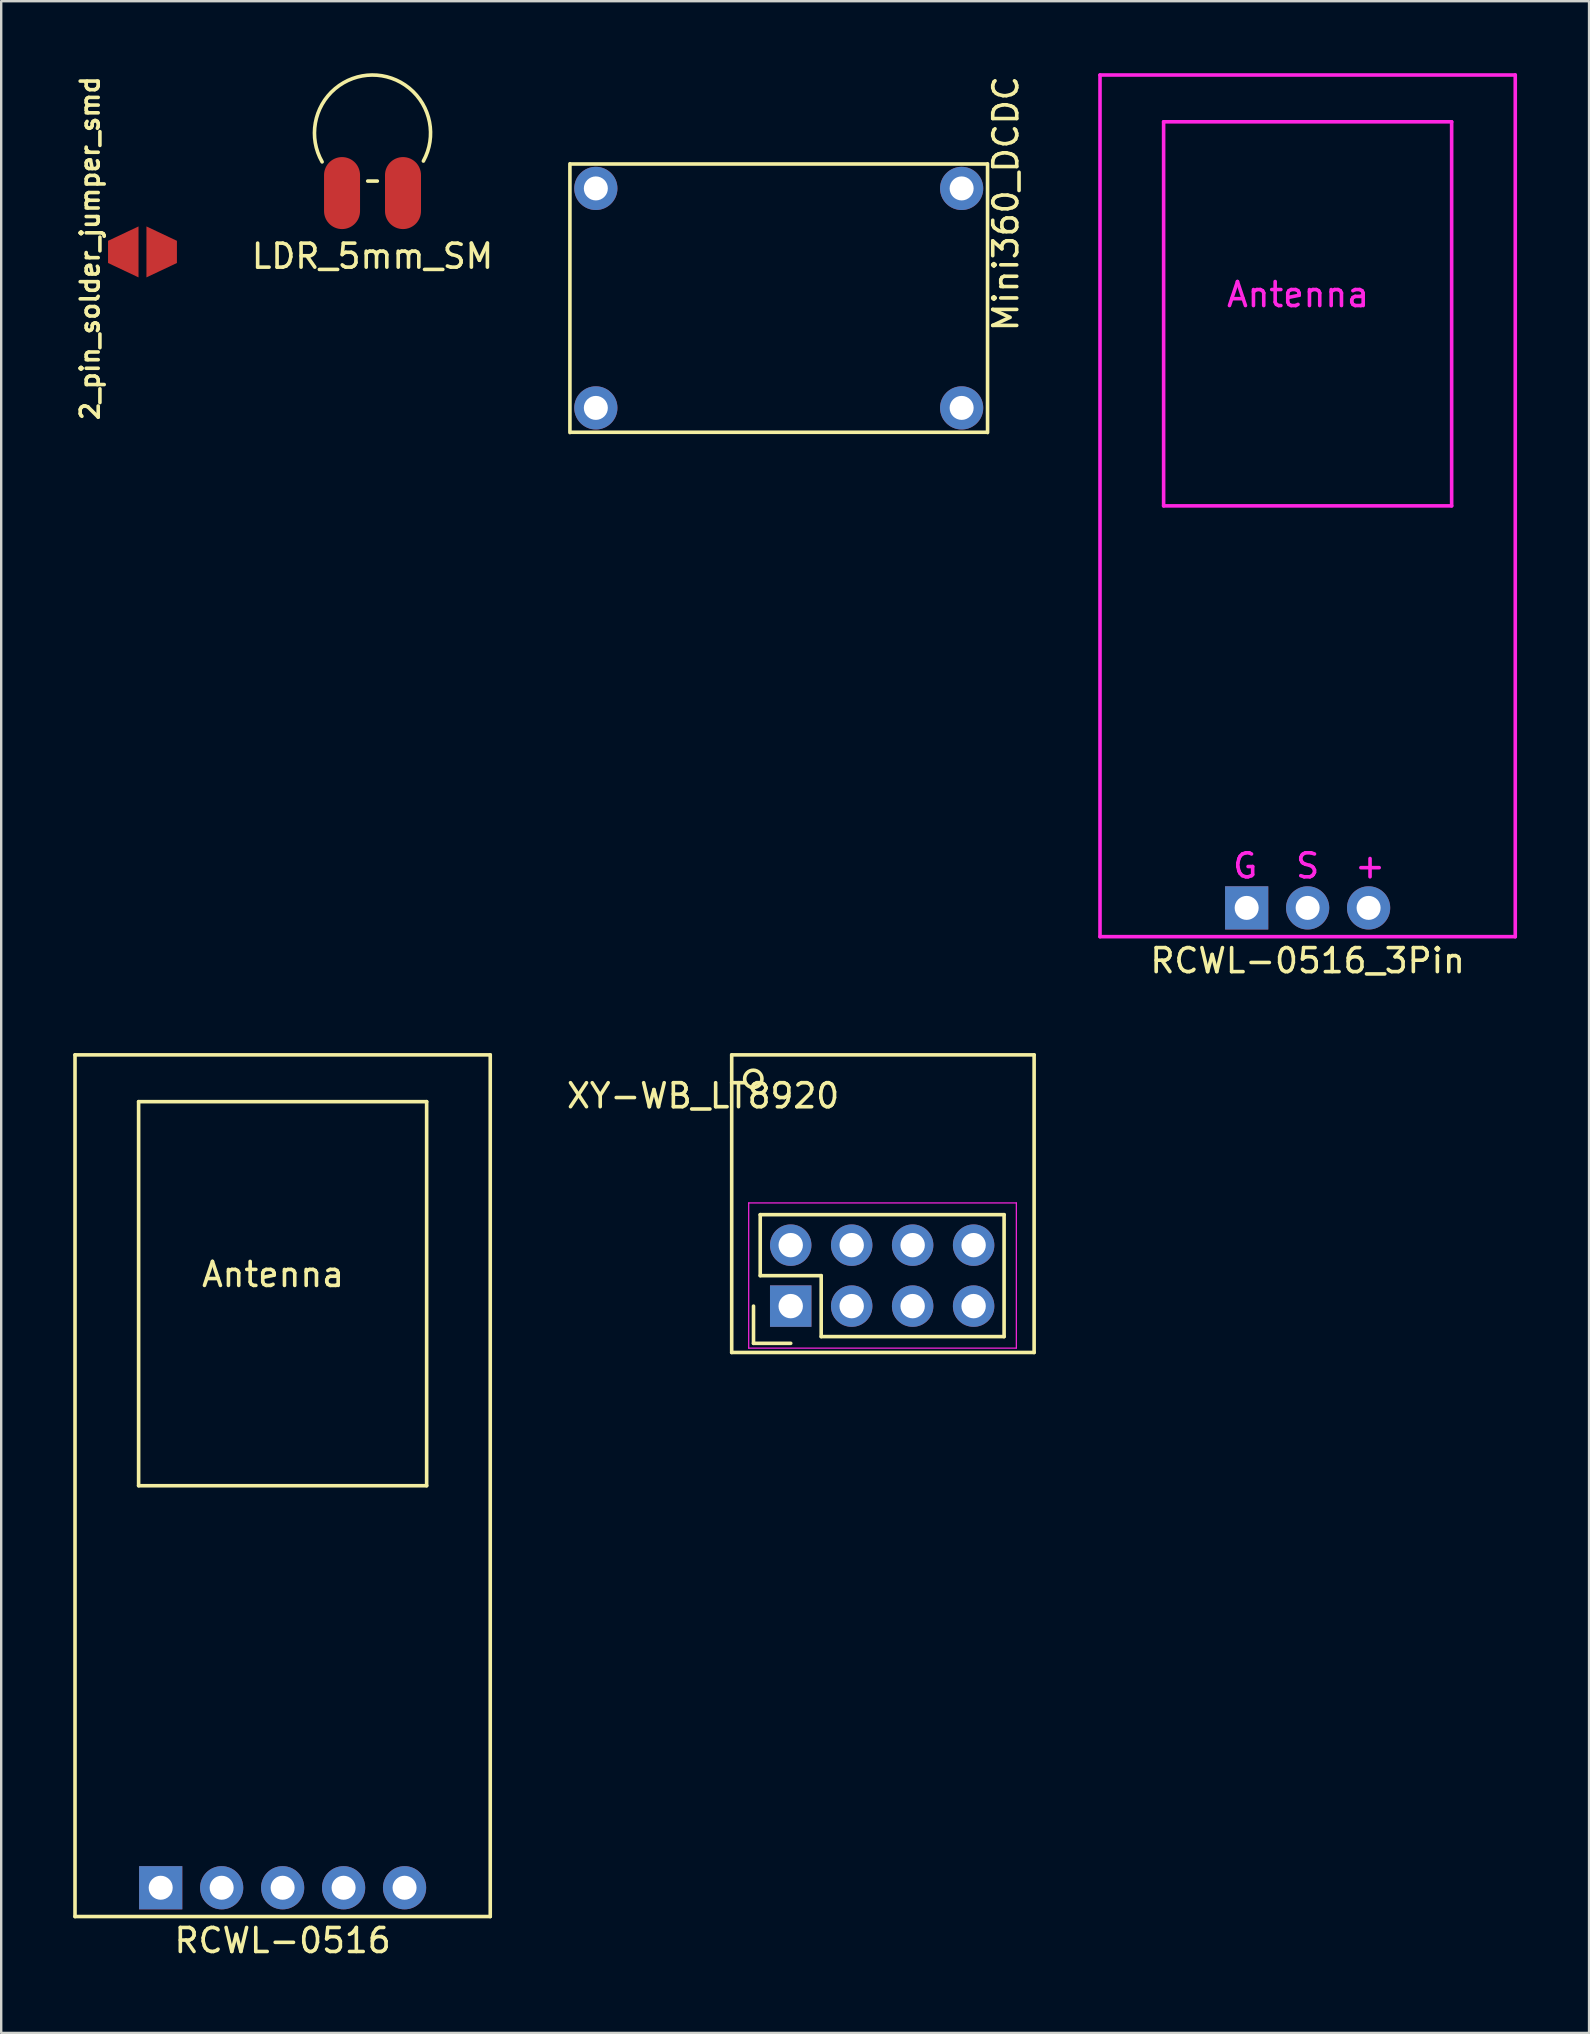
<source format=kicad_pcb>
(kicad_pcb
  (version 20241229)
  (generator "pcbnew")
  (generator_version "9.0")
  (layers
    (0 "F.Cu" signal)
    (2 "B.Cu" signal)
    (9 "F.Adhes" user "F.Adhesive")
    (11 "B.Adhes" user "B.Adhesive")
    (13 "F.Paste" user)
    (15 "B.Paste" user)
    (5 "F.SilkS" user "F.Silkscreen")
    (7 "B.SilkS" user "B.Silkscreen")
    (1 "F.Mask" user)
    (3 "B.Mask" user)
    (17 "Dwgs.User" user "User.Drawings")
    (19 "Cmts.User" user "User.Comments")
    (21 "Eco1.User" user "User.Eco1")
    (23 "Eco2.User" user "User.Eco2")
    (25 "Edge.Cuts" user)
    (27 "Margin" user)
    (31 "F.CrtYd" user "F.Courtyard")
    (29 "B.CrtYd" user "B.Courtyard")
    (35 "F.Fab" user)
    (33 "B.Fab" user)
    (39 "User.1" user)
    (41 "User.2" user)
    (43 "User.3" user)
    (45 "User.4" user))
  (footprint "XY-WB_LT8920"
    (layer "F.Cu")
    (at 33.734 51.298)
    (property "Reference" "XY-WB_LT8920" (at -7.492 -8.695 0) (layer "F.SilkS") (effects (font (size 1 1) (thickness 0.15))))
    (attr through_hole)
    (fp_line (start -6.3 -10.4) (end 6.3 -10.4) (stroke (width 0.15) (type solid)) (layer "F.SilkS"))
    (fp_line (start -6.3 2) (end -6.3 -10.4) (stroke (width 0.15) (type solid)) (layer "F.SilkS"))
    (fp_line (start -5.391 0.068) (end -5.391 1.618) (stroke (width 0.15) (type solid)) (layer "F.SilkS"))
    (fp_line (start -5.391 1.618) (end -3.841 1.618) (stroke (width 0.15) (type solid)) (layer "F.SilkS"))
    (fp_line (start -5.111 -3.742) (end -5.111 -1.202) (stroke (width 0.15) (type solid)) (layer "F.SilkS"))
    (fp_line (start -5.111 -1.202) (end -2.571 -1.202) (stroke (width 0.15) (type solid)) (layer "F.SilkS"))
    (fp_line (start -2.571 -1.202) (end -2.571 1.338) (stroke (width 0.15) (type solid)) (layer "F.SilkS"))
    (fp_line (start -2.571 1.338) (end 5.049 1.338) (stroke (width 0.15) (type solid)) (layer "F.SilkS"))
    (fp_line (start 5.049 -3.742) (end -5.111 -3.742) (stroke (width 0.15) (type solid)) (layer "F.SilkS"))
    (fp_line (start 5.049 1.338) (end 5.049 -3.742) (stroke (width 0.15) (type solid)) (layer "F.SilkS"))
    (fp_line (start 6.3 2) (end -6.3 2) (stroke (width 0.15) (type solid)) (layer "F.SilkS"))
    (fp_line (start 6.3 2) (end 6.3 -10.4) (stroke (width 0.15) (type solid)) (layer "F.SilkS"))
    (fp_circle (center -5.4 -9.4) (end -5.1 -9.2) (stroke (width 0.15) (type solid)) (fill no) (layer "F.SilkS"))
    (fp_line (start -5.591 -4.232) (end 5.559 -4.232) (stroke (width 0.05) (type solid)) (layer "F.CrtYd"))
    (fp_line (start -5.591 1.818) (end -5.591 -4.232) (stroke (width 0.05) (type solid)) (layer "F.CrtYd"))
    (fp_line (start -5.591 1.818) (end 5.559 1.818) (stroke (width 0.05) (type solid)) (layer "F.CrtYd"))
    (fp_line (start 5.559 1.818) (end 5.559 -4.232) (stroke (width 0.05) (type solid)) (layer "F.CrtYd"))
    (pad "1" thru_hole rect (at -3.841 0.068 90) (size 1.727 1.727) (drill 1.016) (layers "*.Cu" "*.Mask"))
    (pad "2" thru_hole oval (at -1.301 0.068 90) (size 1.727 1.727) (drill 1.016) (layers "*.Cu" "*.Mask"))
    (pad "3" thru_hole oval (at 1.239 0.068 90) (size 1.727 1.727) (drill 1.016) (layers "*.Cu" "*.Mask"))
    (pad "4" thru_hole oval (at 3.779 0.068 90) (size 1.727 1.727) (drill 1.016) (layers "*.Cu" "*.Mask"))
    (pad "5" thru_hole oval (at 3.779 -2.472 90) (size 1.727 1.727) (drill 1.016) (layers "*.Cu" "*.Mask"))
    (pad "6" thru_hole oval (at 1.239 -2.472 90) (size 1.727 1.727) (drill 1.016) (layers "*.Cu" "*.Mask"))
    (pad "7" thru_hole oval (at -1.301 -2.472 90) (size 1.727 1.727) (drill 1.016) (layers "*.Cu" "*.Mask"))
    (pad "8" thru_hole oval (at -3.841 -2.472 90) (size 1.727 1.727) (drill 1.016) (layers "*.Cu" "*.Mask")))
  (footprint "RCWL-0516"
    (layer "F.Cu")
    (at 8.725 58.848)
    (property "Reference" "RCWL-0516" (at 0 18.95 0) (layer "F.SilkS") (effects (font (size 1 1) (thickness 0.15))))
    (attr through_hole)
    (fp_line (start -8.65 -17.95) (end -8.65 17.95) (stroke (width 0.15) (type solid)) (layer "F.SilkS"))
    (fp_line (start -8.65 -17.95) (end 8.65 -17.95) (stroke (width 0.15) (type solid)) (layer "F.SilkS"))
    (fp_line (start -8.65 17.95) (end 8.65 17.95) (stroke (width 0.15) (type solid)) (layer "F.SilkS"))
    (fp_line (start -6 -16) (end 6 -16) (stroke (width 0.15) (type solid)) (layer "F.SilkS"))
    (fp_line (start -6 0) (end -6 -16) (stroke (width 0.15) (type solid)) (layer "F.SilkS"))
    (fp_line (start 6 -16) (end 6 0) (stroke (width 0.15) (type solid)) (layer "F.SilkS"))
    (fp_line (start 6 0) (end -6 0) (stroke (width 0.15) (type solid)) (layer "F.SilkS"))
    (fp_line (start 8.65 -17.95) (end 8.65 17.95) (stroke (width 0.15) (type solid)) (layer "F.SilkS"))
    (fp_text user "Antenna" (at -0.4 -8.8 0) (layer "F.SilkS") (effects (font (size 1 1) (thickness 0.15))))
    (pad "1" thru_hole rect (at -5.08 16.75) (size 1.8 1.8) (drill 1) (layers "*.Cu" "*.Mask"))
    (pad "2" thru_hole circle (at -2.54 16.75) (size 1.8 1.8) (drill 1) (layers "*.Cu" "*.Mask"))
    (pad "3" thru_hole circle (at 0 16.75) (size 1.8 1.8) (drill 1) (layers "*.Cu" "*.Mask"))
    (pad "4" thru_hole circle (at 2.54 16.75) (size 1.8 1.8) (drill 1) (layers "*.Cu" "*.Mask"))
    (pad "5" thru_hole circle (at 5.08 16.75) (size 1.8 1.8) (drill 1) (layers "*.Cu" "*.Mask")))
  (footprint "Mini360_DCDC"
    (layer "F.Cu")
    (at 29.394 9.372)
    (property "Reference" "Mini360_DCDC" (at 9.461 -3.937 90) (layer "F.SilkS") (effects (font (size 1 1) (thickness 0.15))))
    (attr through_hole)
    (fp_line (start -8.7 -5.6) (end -8.7 5.6) (stroke (width 0.15) (type solid)) (layer "F.SilkS"))
    (fp_line (start -8.636 -5.588) (end 8.636 -5.588) (stroke (width 0.15) (type solid)) (layer "F.SilkS"))
    (fp_line (start -8.636 5.588) (end 8.636 5.588) (stroke (width 0.15) (type solid)) (layer "F.SilkS"))
    (fp_line (start 8.7 -5.6) (end 8.7 5.6) (stroke (width 0.15) (type solid)) (layer "F.SilkS"))
    (pad "1" thru_hole circle (at -7.62 4.572) (size 1.8 1.8) (drill 1) (layers "*.Cu" "*.Mask"))
    (pad "2" thru_hole circle (at -7.62 -4.572) (size 1.8 1.8) (drill 1) (layers "*.Cu" "*.Mask"))
    (pad "3" thru_hole circle (at 7.62 4.572) (size 1.8 1.8) (drill 1) (layers "*.Cu" "*.Mask"))
    (pad "4" thru_hole circle (at 7.62 -4.572) (size 1.8 1.8) (drill 1) (layers "*.Cu" "*.Mask")))
  (footprint "2_pin_solder_jumper_smd"
    (layer "F.Cu")
    (at 2.886 7.445)
    (property "Reference" "2_pin_solder_jumper_smd" (at -2.184 -0.152 270) (layer "F.SilkS") (effects (font (size 0.75 0.75) (thickness 0.15))))
    (attr through_hole)
    (fp_line (start -0.152 -1.067) (end 0.127 -1.067) (stroke (width 0.15) (type solid)) (layer "F.Mask"))
    (fp_line (start -0.152 1.016) (end -0.152 -1.067) (stroke (width 0.15) (type solid)) (layer "F.Mask"))
    (fp_line (start 0 0.991) (end 0 -1.067) (stroke (width 0.15) (type solid)) (layer "F.Mask"))
    (fp_line (start 0.127 -1.067) (end 0.127 1.016) (stroke (width 0.15) (type solid)) (layer "F.Mask"))
    (fp_line (start 0.127 1.016) (end -0.152 1.016) (stroke (width 0.15) (type solid)) (layer "F.Mask"))
    (pad "1" smd trapezoid (at -0.8 0) (size 1.27 1.524) (rect_delta -0.6 0) (layers "F.Cu" "F.Mask" "F.Paste"))
    (pad "2" smd trapezoid (at 0.8 0) (size 1.27 1.524) (rect_delta 0.6 0) (layers "F.Cu" "F.Mask" "F.Paste")))
  (footprint "RCWL-0516_3Pin"
    (layer "F.Cu")
    (at 51.429 18.025)
    (property "Reference" "RCWL-0516_3Pin" (at 0 18.95 0) (layer "F.SilkS") (effects (font (size 1 1) (thickness 0.15))))
    (attr through_hole)
    (fp_line (start -8.65 -17.95) (end -8.65 17.95) (stroke (width 0.15) (type solid)) (layer "F.CrtYd"))
    (fp_line (start -8.65 -17.95) (end 8.65 -17.95) (stroke (width 0.15) (type solid)) (layer "F.CrtYd"))
    (fp_line (start -8.65 17.95) (end 8.65 17.95) (stroke (width 0.15) (type solid)) (layer "F.CrtYd"))
    (fp_line (start -6 -16) (end 6 -16) (stroke (width 0.15) (type solid)) (layer "F.CrtYd"))
    (fp_line (start -6 0) (end -6 -16) (stroke (width 0.15) (type solid)) (layer "F.CrtYd"))
    (fp_line (start 6 -16) (end 6 0) (stroke (width 0.15) (type solid)) (layer "F.CrtYd"))
    (fp_line (start 6 0) (end -6 0) (stroke (width 0.15) (type solid)) (layer "F.CrtYd"))
    (fp_line (start 8.65 -17.95) (end 8.65 17.95) (stroke (width 0.15) (type solid)) (layer "F.CrtYd"))
    (fp_text user "Antenna" (at -0.4 -8.8 0) (layer "F.CrtYd") (effects (font (size 1 1) (thickness 0.15))))
    (fp_text user "+" (at 2.6 15 0) (layer "F.CrtYd") (effects (font (size 1 1) (thickness 0.15))))
    (fp_text user "G" (at -2.6 15 0) (layer "F.CrtYd") (effects (font (size 1 1) (thickness 0.15))))
    (fp_text user "S" (at 0 15 0) (layer "F.CrtYd") (effects (font (size 1 1) (thickness 0.15))))
    (pad "1" thru_hole rect (at -2.54 16.75) (size 1.8 1.8) (drill 1) (layers "*.Cu" "*.Mask"))
    (pad "2" thru_hole circle (at 0 16.75) (size 1.8 1.8) (drill 1) (layers "*.Cu" "*.Mask"))
    (pad "3" thru_hole circle (at 2.54 16.75) (size 1.8 1.8) (drill 1) (layers "*.Cu" "*.Mask")))
  (footprint "LDR_5mm_SM"
    (layer "F.Cu")
    (at 12.47 2.494)
    (property "Reference" "LDR_5mm_SM" (at 0 5.131 0) (layer "F.SilkS") (effects (font (size 1 1) (thickness 0.15))))
    (attr through_hole)
    (fp_line (start -0.2 2) (end 0.2 2) (stroke (width 0.15) (type solid)) (layer "F.SilkS"))
    (fp_arc (start -2.1 1.2) (mid -0.019716 -2.418597) (end 2.119284 1.165605) (stroke (width 0.15) (type solid)) (layer "F.SilkS"))
    (pad "1" smd oval (at -1.27 2.5) (size 1.5 3) (layers "F.Cu" "F.Mask" "F.Paste"))
    (pad "2" smd oval (at 1.27 2.5) (size 1.5 3) (layers "F.Cu" "F.Mask" "F.Paste")))
  (gr_rect
    (start -3 -3)
    (end 63.154 81.647)
    (stroke (width 0.1) (type default))
    (fill no)
    (layer "Edge.Cuts")))
</source>
